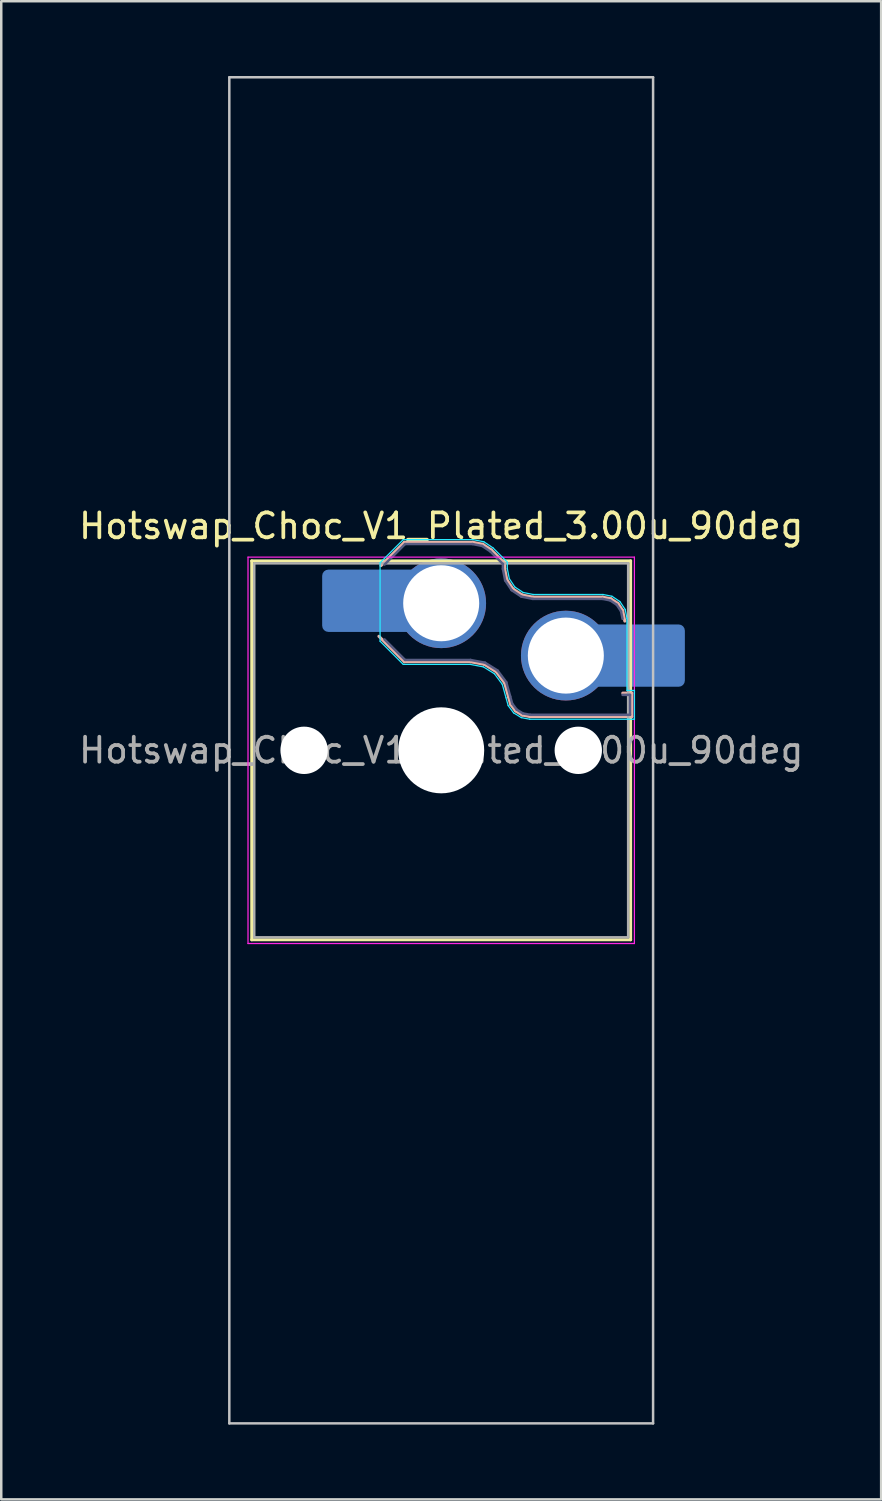
<source format=kicad_pcb>
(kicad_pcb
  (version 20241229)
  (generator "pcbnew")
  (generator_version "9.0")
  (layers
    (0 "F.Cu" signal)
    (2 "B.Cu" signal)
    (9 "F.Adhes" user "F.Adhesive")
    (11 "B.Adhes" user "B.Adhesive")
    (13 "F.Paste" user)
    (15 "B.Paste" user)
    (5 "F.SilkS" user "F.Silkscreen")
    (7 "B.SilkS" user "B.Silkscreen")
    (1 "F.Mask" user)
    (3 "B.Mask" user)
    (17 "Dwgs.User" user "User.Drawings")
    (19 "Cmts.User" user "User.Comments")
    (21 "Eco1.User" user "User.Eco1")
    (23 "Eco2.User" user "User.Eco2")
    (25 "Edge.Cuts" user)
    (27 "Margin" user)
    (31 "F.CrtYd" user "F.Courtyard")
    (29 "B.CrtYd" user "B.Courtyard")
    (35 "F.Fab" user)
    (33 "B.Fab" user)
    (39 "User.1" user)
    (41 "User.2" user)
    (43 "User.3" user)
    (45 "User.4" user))
  (footprint "Hotswap_Choc_V1_Plated_3.00u_90deg"
    (layer "F.Cu")
    (at 14.649 27.05)
    (property "Reference" "Hotswap_Choc_V1_Plated_3.00u_90deg" (at 0 -9 0) (layer "F.SilkS") (effects (font (size 1 1) (thickness 0.15))))
    (attr smd)
    (fp_line (start -7.6 -7.6) (end -7.6 7.6) (stroke (width 0.12) (type solid)) (layer "F.SilkS"))
    (fp_line (start -7.6 7.6) (end 7.6 7.6) (stroke (width 0.12) (type solid)) (layer "F.SilkS"))
    (fp_line (start 7.6 -7.6) (end -7.6 -7.6) (stroke (width 0.12) (type solid)) (layer "F.SilkS"))
    (fp_line (start 7.6 7.6) (end 7.6 -7.6) (stroke (width 0.12) (type solid)) (layer "F.SilkS"))
    (fp_line (start -2.416 -7.409) (end -1.479 -8.346) (stroke (width 0.12) (type solid)) (layer "B.SilkS"))
    (fp_line (start -1.479 -8.346) (end 1.268 -8.346) (stroke (width 0.12) (type solid)) (layer "B.SilkS"))
    (fp_line (start -1.479 -3.554) (end -2.5 -4.575) (stroke (width 0.12) (type solid)) (layer "B.SilkS"))
    (fp_line (start 1.168 -3.554) (end -1.479 -3.554) (stroke (width 0.12) (type solid)) (layer "B.SilkS"))
    (fp_line (start 1.268 -8.346) (end 1.671 -8.266) (stroke (width 0.12) (type solid)) (layer "B.SilkS"))
    (fp_line (start 1.671 -8.266) (end 2.013 -8.037) (stroke (width 0.12) (type solid)) (layer "B.SilkS"))
    (fp_line (start 1.73 -3.449) (end 1.168 -3.554) (stroke (width 0.12) (type solid)) (layer "B.SilkS"))
    (fp_line (start 2.013 -8.037) (end 2.546 -7.504) (stroke (width 0.12) (type solid)) (layer "B.SilkS"))
    (fp_line (start 2.209 -3.15) (end 1.73 -3.449) (stroke (width 0.12) (type solid)) (layer "B.SilkS"))
    (fp_line (start 2.546 -7.504) (end 2.546 -7.282) (stroke (width 0.12) (type solid)) (layer "B.SilkS"))
    (fp_line (start 2.546 -7.282) (end 2.633 -6.844) (stroke (width 0.12) (type solid)) (layer "B.SilkS"))
    (fp_line (start 2.547 -2.697) (end 2.209 -3.15) (stroke (width 0.12) (type solid)) (layer "B.SilkS"))
    (fp_line (start 2.633 -6.844) (end 2.877 -6.477) (stroke (width 0.12) (type solid)) (layer "B.SilkS"))
    (fp_line (start 2.701 -2.139) (end 2.547 -2.697) (stroke (width 0.12) (type solid)) (layer "B.SilkS"))
    (fp_line (start 2.783 -1.841) (end 2.701 -2.139) (stroke (width 0.12) (type solid)) (layer "B.SilkS"))
    (fp_line (start 2.877 -6.477) (end 3.244 -6.233) (stroke (width 0.12) (type solid)) (layer "B.SilkS"))
    (fp_line (start 2.976 -1.583) (end 2.783 -1.841) (stroke (width 0.12) (type solid)) (layer "B.SilkS"))
    (fp_line (start 3.244 -6.233) (end 3.682 -6.146) (stroke (width 0.12) (type solid)) (layer "B.SilkS"))
    (fp_line (start 3.25 -1.413) (end 2.976 -1.583) (stroke (width 0.12) (type solid)) (layer "B.SilkS"))
    (fp_line (start 3.56 -1.354) (end 3.25 -1.413) (stroke (width 0.12) (type solid)) (layer "B.SilkS"))
    (fp_line (start 3.682 -6.146) (end 6.482 -6.146) (stroke (width 0.12) (type solid)) (layer "B.SilkS"))
    (fp_line (start 6.482 -6.146) (end 6.809 -6.081) (stroke (width 0.12) (type solid)) (layer "B.SilkS"))
    (fp_line (start 6.809 -6.081) (end 7.092 -5.892) (stroke (width 0.12) (type solid)) (layer "B.SilkS"))
    (fp_line (start 7.092 -5.892) (end 7.281 -5.609) (stroke (width 0.12) (type solid)) (layer "B.SilkS"))
    (fp_line (start 7.281 -5.609) (end 7.366 -5.182) (stroke (width 0.12) (type solid)) (layer "B.SilkS"))
    (fp_line (start 7.283 -2.296) (end 7.646 -2.296) (stroke (width 0.12) (type solid)) (layer "B.SilkS"))
    (fp_line (start 7.646 -2.296) (end 7.646 -1.354) (stroke (width 0.12) (type solid)) (layer "B.SilkS"))
    (fp_line (start 7.646 -1.354) (end 3.56 -1.354) (stroke (width 0.12) (type solid)) (layer "B.SilkS"))
    (fp_line (start -8.5 -27) (end 8.5 -27) (stroke (width 0.1) (type solid)) (layer "Dwgs.User"))
    (fp_line (start -8.5 27) (end -8.5 -27) (stroke (width 0.1) (type solid)) (layer "Dwgs.User"))
    (fp_line (start 8.5 -27) (end 8.5 27) (stroke (width 0.1) (type solid)) (layer "Dwgs.User"))
    (fp_line (start 8.5 27) (end -8.5 27) (stroke (width 0.1) (type solid)) (layer "Dwgs.User"))
    (fp_line (start -7.25 -7.25) (end -7.25 7.25) (stroke (width 0.1) (type solid)) (layer "Eco1.User"))
    (fp_line (start -7.25 7.25) (end 7.25 7.25) (stroke (width 0.1) (type solid)) (layer "Eco1.User"))
    (fp_line (start 7.25 -7.25) (end -7.25 -7.25) (stroke (width 0.1) (type solid)) (layer "Eco1.User"))
    (fp_line (start 7.25 7.25) (end 7.25 -7.25) (stroke (width 0.1) (type solid)) (layer "Eco1.User"))
    (fp_line (start -2.452 -7.523) (end -1.523 -8.452) (stroke (width 0.05) (type solid)) (layer "B.CrtYd"))
    (fp_line (start -2.452 -4.377) (end -2.452 -7.523) (stroke (width 0.05) (type solid)) (layer "B.CrtYd"))
    (fp_line (start -1.523 -8.452) (end 1.278 -8.452) (stroke (width 0.05) (type solid)) (layer "B.CrtYd"))
    (fp_line (start -1.523 -3.448) (end -2.452 -4.377) (stroke (width 0.05) (type solid)) (layer "B.CrtYd"))
    (fp_line (start 1.159 -3.448) (end -1.523 -3.448) (stroke (width 0.05) (type solid)) (layer "B.CrtYd"))
    (fp_line (start 1.278 -8.452) (end 1.712 -8.366) (stroke (width 0.05) (type solid)) (layer "B.CrtYd"))
    (fp_line (start 1.691 -3.348) (end 1.159 -3.448) (stroke (width 0.05) (type solid)) (layer "B.CrtYd"))
    (fp_line (start 1.712 -8.366) (end 2.081 -8.119) (stroke (width 0.05) (type solid)) (layer "B.CrtYd"))
    (fp_line (start 2.081 -8.119) (end 2.652 -7.548) (stroke (width 0.05) (type solid)) (layer "B.CrtYd"))
    (fp_line (start 2.136 -3.071) (end 1.691 -3.348) (stroke (width 0.05) (type solid)) (layer "B.CrtYd"))
    (fp_line (start 2.45 -2.65) (end 2.136 -3.071) (stroke (width 0.05) (type solid)) (layer "B.CrtYd"))
    (fp_line (start 2.599 -2.111) (end 2.45 -2.65) (stroke (width 0.05) (type solid)) (layer "B.CrtYd"))
    (fp_line (start 2.652 -7.548) (end 2.652 -7.292) (stroke (width 0.05) (type solid)) (layer "B.CrtYd"))
    (fp_line (start 2.652 -7.292) (end 2.733 -6.885) (stroke (width 0.05) (type solid)) (layer "B.CrtYd"))
    (fp_line (start 2.687 -1.794) (end 2.599 -2.111) (stroke (width 0.05) (type solid)) (layer "B.CrtYd"))
    (fp_line (start 2.733 -6.885) (end 2.953 -6.553) (stroke (width 0.05) (type solid)) (layer "B.CrtYd"))
    (fp_line (start 2.903 -1.503) (end 2.687 -1.794) (stroke (width 0.05) (type solid)) (layer "B.CrtYd"))
    (fp_line (start 2.953 -6.553) (end 3.285 -6.333) (stroke (width 0.05) (type solid)) (layer "B.CrtYd"))
    (fp_line (start 3.211 -1.312) (end 2.903 -1.503) (stroke (width 0.05) (type solid)) (layer "B.CrtYd"))
    (fp_line (start 3.285 -6.333) (end 3.692 -6.252) (stroke (width 0.05) (type solid)) (layer "B.CrtYd"))
    (fp_line (start 3.55 -1.248) (end 3.211 -1.312) (stroke (width 0.05) (type solid)) (layer "B.CrtYd"))
    (fp_line (start 3.692 -6.252) (end 6.492 -6.252) (stroke (width 0.05) (type solid)) (layer "B.CrtYd"))
    (fp_line (start 6.492 -6.252) (end 6.85 -6.181) (stroke (width 0.05) (type solid)) (layer "B.CrtYd"))
    (fp_line (start 6.85 -6.181) (end 7.168 -5.968) (stroke (width 0.05) (type solid)) (layer "B.CrtYd"))
    (fp_line (start 7.168 -5.968) (end 7.381 -5.65) (stroke (width 0.05) (type solid)) (layer "B.CrtYd"))
    (fp_line (start 7.381 -5.65) (end 7.452 -5.292) (stroke (width 0.05) (type solid)) (layer "B.CrtYd"))
    (fp_line (start 7.452 -5.292) (end 7.452 -2.402) (stroke (width 0.05) (type solid)) (layer "B.CrtYd"))
    (fp_line (start 7.452 -2.402) (end 7.752 -2.402) (stroke (width 0.05) (type solid)) (layer "B.CrtYd"))
    (fp_line (start 7.752 -2.402) (end 7.752 -1.248) (stroke (width 0.05) (type solid)) (layer "B.CrtYd"))
    (fp_line (start 7.752 -1.248) (end 3.55 -1.248) (stroke (width 0.05) (type solid)) (layer "B.CrtYd"))
    (fp_line (start -7.75 -7.75) (end -7.75 7.75) (stroke (width 0.05) (type solid)) (layer "F.CrtYd"))
    (fp_line (start -7.75 7.75) (end 7.75 7.75) (stroke (width 0.05) (type solid)) (layer "F.CrtYd"))
    (fp_line (start 7.75 -7.75) (end -7.75 -7.75) (stroke (width 0.05) (type solid)) (layer "F.CrtYd"))
    (fp_line (start 7.75 7.75) (end 7.75 -7.75) (stroke (width 0.05) (type solid)) (layer "F.CrtYd"))
    (fp_line (start -2.275 -7.45) (end -1.45 -8.275) (stroke (width 0.1) (type solid)) (layer "B.Fab"))
    (fp_line (start -1.45 -8.275) (end 1.261 -8.275) (stroke (width 0.1) (type solid)) (layer "B.Fab"))
    (fp_line (start -1.45 -3.625) (end -2.275 -4.45) (stroke (width 0.1) (type solid)) (layer "B.Fab"))
    (fp_line (start 1.175 -3.625) (end -1.45 -3.625) (stroke (width 0.1) (type solid)) (layer "B.Fab"))
    (fp_line (start 1.261 -8.275) (end 1.643 -8.199) (stroke (width 0.1) (type solid)) (layer "B.Fab"))
    (fp_line (start 1.643 -8.199) (end 1.968 -7.982) (stroke (width 0.1) (type solid)) (layer "B.Fab"))
    (fp_line (start 1.756 -3.516) (end 1.175 -3.625) (stroke (width 0.1) (type solid)) (layer "B.Fab"))
    (fp_line (start 1.968 -7.982) (end 2.475 -7.475) (stroke (width 0.1) (type solid)) (layer "B.Fab"))
    (fp_line (start 2.258 -3.203) (end 1.756 -3.516) (stroke (width 0.1) (type solid)) (layer "B.Fab"))
    (fp_line (start 2.475 -7.475) (end 2.475 -7.275) (stroke (width 0.1) (type solid)) (layer "B.Fab"))
    (fp_line (start 2.475 -7.275) (end 2.566 -6.816) (stroke (width 0.1) (type solid)) (layer "B.Fab"))
    (fp_line (start 2.566 -6.816) (end 2.826 -6.426) (stroke (width 0.1) (type solid)) (layer "B.Fab"))
    (fp_line (start 2.612 -2.729) (end 2.258 -3.203) (stroke (width 0.1) (type solid)) (layer "B.Fab"))
    (fp_line (start 2.769 -2.158) (end 2.612 -2.729) (stroke (width 0.1) (type solid)) (layer "B.Fab"))
    (fp_line (start 2.826 -6.426) (end 3.216 -6.166) (stroke (width 0.1) (type solid)) (layer "B.Fab"))
    (fp_line (start 2.848 -1.873) (end 2.769 -2.158) (stroke (width 0.1) (type solid)) (layer "B.Fab"))
    (fp_line (start 3.025 -1.636) (end 2.848 -1.873) (stroke (width 0.1) (type solid)) (layer "B.Fab"))
    (fp_line (start 3.216 -6.166) (end 3.675 -6.075) (stroke (width 0.1) (type solid)) (layer "B.Fab"))
    (fp_line (start 3.276 -1.48) (end 3.025 -1.636) (stroke (width 0.1) (type solid)) (layer "B.Fab"))
    (fp_line (start 3.567 -1.425) (end 3.276 -1.48) (stroke (width 0.1) (type solid)) (layer "B.Fab"))
    (fp_line (start 3.675 -6.075) (end 6.475 -6.075) (stroke (width 0.1) (type solid)) (layer "B.Fab"))
    (fp_line (start 6.475 -6.075) (end 6.781 -6.014) (stroke (width 0.1) (type solid)) (layer "B.Fab"))
    (fp_line (start 6.781 -6.014) (end 7.041 -5.841) (stroke (width 0.1) (type solid)) (layer "B.Fab"))
    (fp_line (start 7.041 -5.841) (end 7.214 -5.581) (stroke (width 0.1) (type solid)) (layer "B.Fab"))
    (fp_line (start 7.214 -5.581) (end 7.275 -5.275) (stroke (width 0.1) (type solid)) (layer "B.Fab"))
    (fp_line (start 7.275 -2.225) (end 7.575 -2.225) (stroke (width 0.1) (type solid)) (layer "B.Fab"))
    (fp_line (start 7.575 -2.225) (end 7.575 -1.425) (stroke (width 0.1) (type solid)) (layer "B.Fab"))
    (fp_line (start 7.575 -1.425) (end 3.567 -1.425) (stroke (width 0.1) (type solid)) (layer "B.Fab"))
    (fp_line (start -7.5 -7.5) (end -7.5 7.5) (stroke (width 0.1) (type solid)) (layer "F.Fab"))
    (fp_line (start -7.5 7.5) (end 7.5 7.5) (stroke (width 0.1) (type solid)) (layer "F.Fab"))
    (fp_line (start 7.5 -7.5) (end -7.5 -7.5) (stroke (width 0.1) (type solid)) (layer "F.Fab"))
    (fp_line (start 7.5 7.5) (end 7.5 -7.5) (stroke (width 0.1) (type solid)) (layer "F.Fab"))
    (fp_text user "${REFERENCE}" (at 0 0 0) (layer "F.Fab") (effects (font (size 1 1) (thickness 0.15))))
    (pad "" np_thru_hole circle (at -5.5 0) (size 1.9 1.9) (drill 1.9) (layers "*.Cu" "*.Mask"))
    (pad "" smd roundrect (at -3.5 -6) (size 2.55 2.5) (layers "B.Mask" "B.Paste") (roundrect_rratio 0.1))
    (pad "" np_thru_hole circle (at 0 0) (size 3.45 3.45) (drill 3.45) (layers "*.Cu" "*.Mask"))
    (pad "" np_thru_hole circle (at 5.5 0) (size 1.9 1.9) (drill 1.9) (layers "*.Cu" "*.Mask"))
    (pad "" smd roundrect (at 8.5 -3.8) (size 2.55 2.5) (layers "B.Mask" "B.Paste") (roundrect_rratio 0.1))
    (pad "1" smd roundrect (at -2.85 -6) (size 3.85 2.5) (layers "B.Cu") (roundrect_rratio 0.1))
    (pad "1" thru_hole circle (at 0 -5.9) (size 3.6 3.6) (drill 3.05) (layers "*.Cu" "*.Mask"))
    (pad "2" thru_hole circle (at 5 -3.8) (size 3.6 3.6) (drill 3.05) (layers "*.Cu" "*.Mask"))
    (pad "2" smd roundrect (at 7.85 -3.8) (size 3.85 2.5) (layers "B.Cu") (roundrect_rratio 0.1)))
  (gr_rect
    (start -3 -3)
    (end 32.298 57.1)
    (stroke (width 0.1) (type default))
    (fill no)
    (layer "Edge.Cuts")))
</source>
